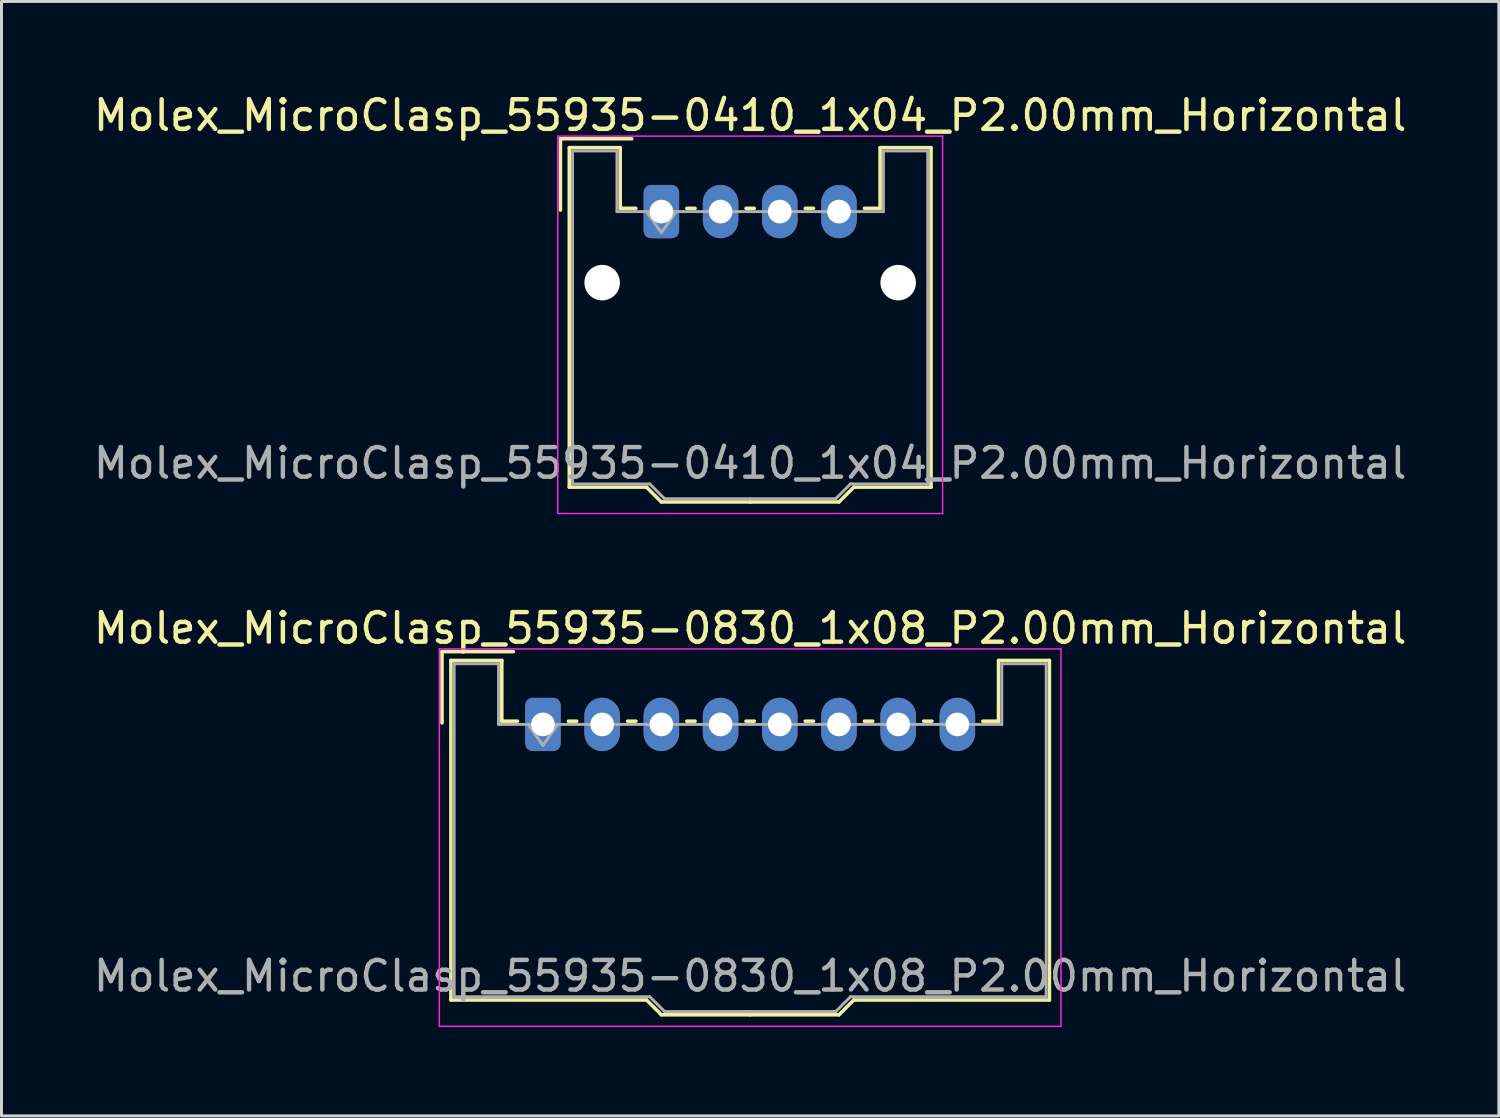
<source format=kicad_pcb>
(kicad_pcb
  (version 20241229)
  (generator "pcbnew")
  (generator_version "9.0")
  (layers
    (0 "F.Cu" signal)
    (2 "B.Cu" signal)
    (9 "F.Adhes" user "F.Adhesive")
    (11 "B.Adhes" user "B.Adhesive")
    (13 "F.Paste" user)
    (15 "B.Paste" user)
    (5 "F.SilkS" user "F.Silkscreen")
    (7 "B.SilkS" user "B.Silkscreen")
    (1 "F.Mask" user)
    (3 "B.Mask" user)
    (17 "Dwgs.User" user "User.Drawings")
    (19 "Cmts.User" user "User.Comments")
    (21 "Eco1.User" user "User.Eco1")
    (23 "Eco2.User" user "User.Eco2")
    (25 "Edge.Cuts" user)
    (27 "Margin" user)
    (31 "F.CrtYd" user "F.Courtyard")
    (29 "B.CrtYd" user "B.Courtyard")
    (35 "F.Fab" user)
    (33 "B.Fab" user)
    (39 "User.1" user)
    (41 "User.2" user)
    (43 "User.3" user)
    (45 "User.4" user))
  (footprint "Molex_MicroClasp_55935-0830_1x08_P2.00mm_Horizontal"
    (layer "F.Cu")
    (at 15.292 21.422)
    (property "Reference" "Molex_MicroClasp_55935-0830_1x08_P2.00mm_Horizontal" (at 7 -3.25 0) (layer "F.SilkS") (effects (font (size 1 1) (thickness 0.15))))
    (attr through_hole)
    (fp_line (start -3.41 -2.46) (end -1 -2.46) (stroke (width 0.12) (type solid)) (layer "F.SilkS"))
    (fp_line (start -3.41 -0.05) (end -3.41 -2.46) (stroke (width 0.12) (type solid)) (layer "F.SilkS"))
    (fp_line (start -3.11 -2.16) (end -1.39 -2.16) (stroke (width 0.12) (type solid)) (layer "F.SilkS"))
    (fp_line (start -3.11 9.31) (end -3.11 -2.16) (stroke (width 0.12) (type solid)) (layer "F.SilkS"))
    (fp_line (start -1.39 -2.16) (end -1.39 -0.11) (stroke (width 0.12) (type solid)) (layer "F.SilkS"))
    (fp_line (start -1.39 -0.11) (end -0.86 -0.11) (stroke (width 0.12) (type solid)) (layer "F.SilkS"))
    (fp_line (start 0.86 -0.11) (end 1.14 -0.11) (stroke (width 0.12) (type solid)) (layer "F.SilkS"))
    (fp_line (start 2.86 -0.11) (end 3.14 -0.11) (stroke (width 0.12) (type solid)) (layer "F.SilkS"))
    (fp_line (start 3.5 9.31) (end -3.11 9.31) (stroke (width 0.12) (type solid)) (layer "F.SilkS"))
    (fp_line (start 4 9.81) (end 3.5 9.31) (stroke (width 0.12) (type solid)) (layer "F.SilkS"))
    (fp_line (start 4.86 -0.11) (end 5.14 -0.11) (stroke (width 0.12) (type solid)) (layer "F.SilkS"))
    (fp_line (start 6.86 -0.11) (end 7.14 -0.11) (stroke (width 0.12) (type solid)) (layer "F.SilkS"))
    (fp_line (start 7 9.81) (end 4 9.81) (stroke (width 0.12) (type solid)) (layer "F.SilkS"))
    (fp_line (start 7 9.81) (end 10 9.81) (stroke (width 0.12) (type solid)) (layer "F.SilkS"))
    (fp_line (start 8.86 -0.11) (end 9.14 -0.11) (stroke (width 0.12) (type solid)) (layer "F.SilkS"))
    (fp_line (start 10 9.81) (end 10.5 9.31) (stroke (width 0.12) (type solid)) (layer "F.SilkS"))
    (fp_line (start 10.5 9.31) (end 17.11 9.31) (stroke (width 0.12) (type solid)) (layer "F.SilkS"))
    (fp_line (start 10.86 -0.11) (end 11.14 -0.11) (stroke (width 0.12) (type solid)) (layer "F.SilkS"))
    (fp_line (start 12.86 -0.11) (end 13.14 -0.11) (stroke (width 0.12) (type solid)) (layer "F.SilkS"))
    (fp_line (start 15.39 -2.16) (end 15.39 -0.11) (stroke (width 0.12) (type solid)) (layer "F.SilkS"))
    (fp_line (start 15.39 -0.11) (end 14.86 -0.11) (stroke (width 0.12) (type solid)) (layer "F.SilkS"))
    (fp_line (start 17.11 -2.16) (end 15.39 -2.16) (stroke (width 0.12) (type solid)) (layer "F.SilkS"))
    (fp_line (start 17.11 9.31) (end 17.11 -2.16) (stroke (width 0.12) (type solid)) (layer "F.SilkS"))
    (fp_line (start -3.5 -2.55) (end -3.5 10.2) (stroke (width 0.05) (type solid)) (layer "F.CrtYd"))
    (fp_line (start -3.5 10.2) (end 17.5 10.2) (stroke (width 0.05) (type solid)) (layer "F.CrtYd"))
    (fp_line (start 17.5 -2.55) (end -3.5 -2.55) (stroke (width 0.05) (type solid)) (layer "F.CrtYd"))
    (fp_line (start 17.5 10.2) (end 17.5 -2.55) (stroke (width 0.05) (type solid)) (layer "F.CrtYd"))
    (fp_line (start -3 -2.05) (end -1.5 -2.05) (stroke (width 0.1) (type solid)) (layer "F.Fab"))
    (fp_line (start -3 9.2) (end -3 -2.05) (stroke (width 0.1) (type solid)) (layer "F.Fab"))
    (fp_line (start -1.5 -2.05) (end -1.5 0) (stroke (width 0.1) (type solid)) (layer "F.Fab"))
    (fp_line (start -1.5 0) (end 7 0) (stroke (width 0.1) (type solid)) (layer "F.Fab"))
    (fp_line (start -0.5 0) (end 0 0.707) (stroke (width 0.1) (type solid)) (layer "F.Fab"))
    (fp_line (start 0 0.707) (end 0.5 0) (stroke (width 0.1) (type solid)) (layer "F.Fab"))
    (fp_line (start 3.61 9.2) (end -3 9.2) (stroke (width 0.1) (type solid)) (layer "F.Fab"))
    (fp_line (start 4.11 9.7) (end 3.61 9.2) (stroke (width 0.1) (type solid)) (layer "F.Fab"))
    (fp_line (start 7 9.7) (end 4.11 9.7) (stroke (width 0.1) (type solid)) (layer "F.Fab"))
    (fp_line (start 7 9.7) (end 9.89 9.7) (stroke (width 0.1) (type solid)) (layer "F.Fab"))
    (fp_line (start 9.89 9.7) (end 10.39 9.2) (stroke (width 0.1) (type solid)) (layer "F.Fab"))
    (fp_line (start 10.39 9.2) (end 17 9.2) (stroke (width 0.1) (type solid)) (layer "F.Fab"))
    (fp_line (start 15.5 -2.05) (end 15.5 0) (stroke (width 0.1) (type solid)) (layer "F.Fab"))
    (fp_line (start 15.5 0) (end 7 0) (stroke (width 0.1) (type solid)) (layer "F.Fab"))
    (fp_line (start 17 -2.05) (end 15.5 -2.05) (stroke (width 0.1) (type solid)) (layer "F.Fab"))
    (fp_line (start 17 9.2) (end 17 -2.05) (stroke (width 0.1) (type solid)) (layer "F.Fab"))
    (fp_text user "${REFERENCE}" (at 7 8.5 0) (layer "F.Fab") (effects (font (size 1 1) (thickness 0.15))))
    (pad "1" thru_hole roundrect (at 0 0) (size 1.2 1.8) (drill 0.8) (layers "*.Cu" "*.Mask") (roundrect_rratio 0.208))
    (pad "2" thru_hole oval (at 2 0) (size 1.2 1.8) (drill 0.8) (layers "*.Cu" "*.Mask"))
    (pad "3" thru_hole oval (at 4 0) (size 1.2 1.8) (drill 0.8) (layers "*.Cu" "*.Mask"))
    (pad "4" thru_hole oval (at 6 0) (size 1.2 1.8) (drill 0.8) (layers "*.Cu" "*.Mask"))
    (pad "5" thru_hole oval (at 8 0) (size 1.2 1.8) (drill 0.8) (layers "*.Cu" "*.Mask"))
    (pad "6" thru_hole oval (at 10 0) (size 1.2 1.8) (drill 0.8) (layers "*.Cu" "*.Mask"))
    (pad "7" thru_hole oval (at 12 0) (size 1.2 1.8) (drill 0.8) (layers "*.Cu" "*.Mask"))
    (pad "8" thru_hole oval (at 14 0) (size 1.2 1.8) (drill 0.8) (layers "*.Cu" "*.Mask")))
  (footprint "Molex_MicroClasp_55935-0410_1x04_P2.00mm_Horizontal"
    (layer "F.Cu")
    (at 19.292 4.098)
    (property "Reference" "Molex_MicroClasp_55935-0410_1x04_P2.00mm_Horizontal" (at 3 -3.25 0) (layer "F.SilkS") (effects (font (size 1 1) (thickness 0.15))))
    (attr through_hole)
    (fp_line (start -3.41 -2.46) (end -1 -2.46) (stroke (width 0.12) (type solid)) (layer "F.SilkS"))
    (fp_line (start -3.41 -0.05) (end -3.41 -2.46) (stroke (width 0.12) (type solid)) (layer "F.SilkS"))
    (fp_line (start -3.11 -2.16) (end -1.39 -2.16) (stroke (width 0.12) (type solid)) (layer "F.SilkS"))
    (fp_line (start -3.11 9.31) (end -3.11 -2.16) (stroke (width 0.12) (type solid)) (layer "F.SilkS"))
    (fp_line (start -1.39 -2.16) (end -1.39 -0.11) (stroke (width 0.12) (type solid)) (layer "F.SilkS"))
    (fp_line (start -1.39 -0.11) (end -0.86 -0.11) (stroke (width 0.12) (type solid)) (layer "F.SilkS"))
    (fp_line (start -0.5 9.31) (end -3.11 9.31) (stroke (width 0.12) (type solid)) (layer "F.SilkS"))
    (fp_line (start 0 9.81) (end -0.5 9.31) (stroke (width 0.12) (type solid)) (layer "F.SilkS"))
    (fp_line (start 0.86 -0.11) (end 1.14 -0.11) (stroke (width 0.12) (type solid)) (layer "F.SilkS"))
    (fp_line (start 2.86 -0.11) (end 3.14 -0.11) (stroke (width 0.12) (type solid)) (layer "F.SilkS"))
    (fp_line (start 3 9.81) (end 0 9.81) (stroke (width 0.12) (type solid)) (layer "F.SilkS"))
    (fp_line (start 3 9.81) (end 6 9.81) (stroke (width 0.12) (type solid)) (layer "F.SilkS"))
    (fp_line (start 4.86 -0.11) (end 5.14 -0.11) (stroke (width 0.12) (type solid)) (layer "F.SilkS"))
    (fp_line (start 6 9.81) (end 6.5 9.31) (stroke (width 0.12) (type solid)) (layer "F.SilkS"))
    (fp_line (start 6.5 9.31) (end 9.11 9.31) (stroke (width 0.12) (type solid)) (layer "F.SilkS"))
    (fp_line (start 7.39 -2.16) (end 7.39 -0.11) (stroke (width 0.12) (type solid)) (layer "F.SilkS"))
    (fp_line (start 7.39 -0.11) (end 6.86 -0.11) (stroke (width 0.12) (type solid)) (layer "F.SilkS"))
    (fp_line (start 9.11 -2.16) (end 7.39 -2.16) (stroke (width 0.12) (type solid)) (layer "F.SilkS"))
    (fp_line (start 9.11 9.31) (end 9.11 -2.16) (stroke (width 0.12) (type solid)) (layer "F.SilkS"))
    (fp_line (start -3.5 -2.55) (end -3.5 10.2) (stroke (width 0.05) (type solid)) (layer "F.CrtYd"))
    (fp_line (start -3.5 10.2) (end 9.5 10.2) (stroke (width 0.05) (type solid)) (layer "F.CrtYd"))
    (fp_line (start 9.5 -2.55) (end -3.5 -2.55) (stroke (width 0.05) (type solid)) (layer "F.CrtYd"))
    (fp_line (start 9.5 10.2) (end 9.5 -2.55) (stroke (width 0.05) (type solid)) (layer "F.CrtYd"))
    (fp_line (start -3 -2.05) (end -1.5 -2.05) (stroke (width 0.1) (type solid)) (layer "F.Fab"))
    (fp_line (start -3 9.2) (end -3 -2.05) (stroke (width 0.1) (type solid)) (layer "F.Fab"))
    (fp_line (start -1.5 -2.05) (end -1.5 0) (stroke (width 0.1) (type solid)) (layer "F.Fab"))
    (fp_line (start -1.5 0) (end 3 0) (stroke (width 0.1) (type solid)) (layer "F.Fab"))
    (fp_line (start -0.5 0) (end 0 0.707) (stroke (width 0.1) (type solid)) (layer "F.Fab"))
    (fp_line (start -0.39 9.2) (end -3 9.2) (stroke (width 0.1) (type solid)) (layer "F.Fab"))
    (fp_line (start 0 0.707) (end 0.5 0) (stroke (width 0.1) (type solid)) (layer "F.Fab"))
    (fp_line (start 0.11 9.7) (end -0.39 9.2) (stroke (width 0.1) (type solid)) (layer "F.Fab"))
    (fp_line (start 3 9.7) (end 0.11 9.7) (stroke (width 0.1) (type solid)) (layer "F.Fab"))
    (fp_line (start 3 9.7) (end 5.89 9.7) (stroke (width 0.1) (type solid)) (layer "F.Fab"))
    (fp_line (start 5.89 9.7) (end 6.39 9.2) (stroke (width 0.1) (type solid)) (layer "F.Fab"))
    (fp_line (start 6.39 9.2) (end 9 9.2) (stroke (width 0.1) (type solid)) (layer "F.Fab"))
    (fp_line (start 7.5 -2.05) (end 7.5 0) (stroke (width 0.1) (type solid)) (layer "F.Fab"))
    (fp_line (start 7.5 0) (end 3 0) (stroke (width 0.1) (type solid)) (layer "F.Fab"))
    (fp_line (start 9 -2.05) (end 7.5 -2.05) (stroke (width 0.1) (type solid)) (layer "F.Fab"))
    (fp_line (start 9 9.2) (end 9 -2.05) (stroke (width 0.1) (type solid)) (layer "F.Fab"))
    (fp_text user "${REFERENCE}" (at 3 8.5 0) (layer "F.Fab") (effects (font (size 1 1) (thickness 0.15))))
    (pad "" np_thru_hole circle (at -2 2.4) (size 1.2 1.2) (drill 1.2) (layers "*.Cu" "*.Mask"))
    (pad "" np_thru_hole circle (at 8 2.4) (size 1.2 1.2) (drill 1.2) (layers "*.Cu" "*.Mask"))
    (pad "1" thru_hole roundrect (at 0 0) (size 1.2 1.8) (drill 0.8) (layers "*.Cu" "*.Mask") (roundrect_rratio 0.208))
    (pad "2" thru_hole oval (at 2 0) (size 1.2 1.8) (drill 0.8) (layers "*.Cu" "*.Mask"))
    (pad "3" thru_hole oval (at 4 0) (size 1.2 1.8) (drill 0.8) (layers "*.Cu" "*.Mask"))
    (pad "4" thru_hole oval (at 6 0) (size 1.2 1.8) (drill 0.8) (layers "*.Cu" "*.Mask")))
  (gr_rect
    (start -3 -3)
    (end 47.583 34.647)
    (stroke (width 0.1) (type default))
    (fill no)
    (layer "Edge.Cuts")))
</source>
